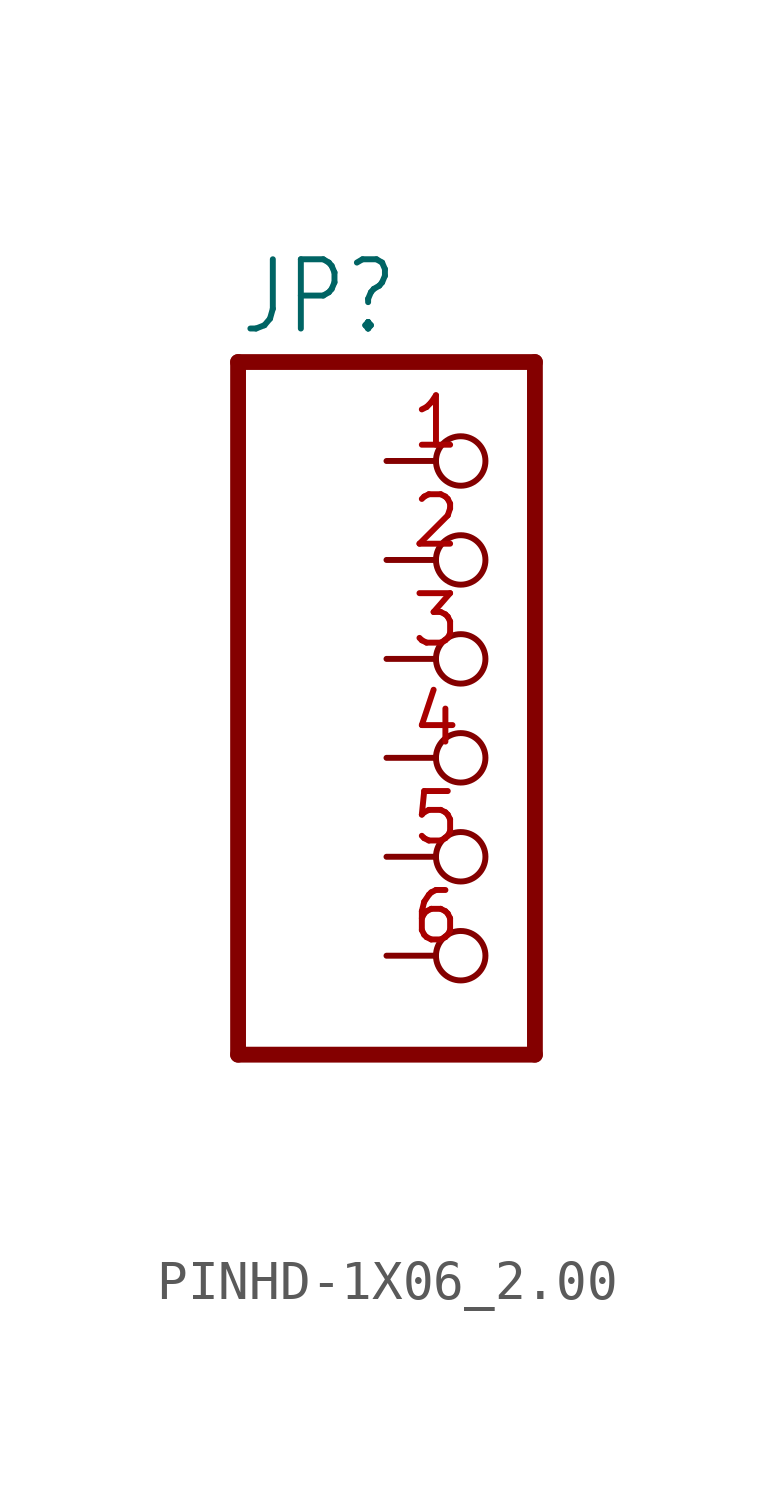
<source format=kicad_sym>
(kicad_symbol_lib
  (version 20231120)
  (generator "kicad_symbol_editor")
  (generator_version "8.0")
  (symbol "PINHD-1X06_2.00"
    (property "Reference" "JP"
      (at -6.35 10.795 0)
      (effects (font (size 1.778 1.511)) (justify left bottom)))
    (property "Value" ""
      (at -6.35 -10.16 0)
      (effects (font (size 1.778 1.511)) (justify left bottom)))
    (property "ki_locked" ""
      (at 0 0 0)
      (effects (font (size 1.27 1.27))))
    (symbol "PINHD-1X06_2.00_1_0"
      (polyline (pts (xy -6.35 -7.62) (xy 1.27 -7.62)) (stroke (width 0.406) (type solid)) (fill (type none)))
      (polyline (pts (xy -6.35 10.16) (xy -6.35 -7.62)) (stroke (width 0.406) (type solid)) (fill (type none)))
      (polyline (pts (xy 1.27 -7.62) (xy 1.27 10.16)) (stroke (width 0.406) (type solid)) (fill (type none)))
      (polyline (pts (xy 1.27 10.16) (xy -6.35 10.16)) (stroke (width 0.406) (type solid)) (fill (type none)))
      (pin passive inverted (at -2.54 7.62 0) (length 2.54) (name "1" (effects (font (size 0 0)))) (number "1" (effects (font (size 1.27 1.27)))))
      (pin passive inverted (at -2.54 5.08 0) (length 2.54) (name "2" (effects (font (size 0 0)))) (number "2" (effects (font (size 1.27 1.27)))))
      (pin passive inverted (at -2.54 2.54 0) (length 2.54) (name "3" (effects (font (size 0 0)))) (number "3" (effects (font (size 1.27 1.27)))))
      (pin passive inverted (at -2.54 0 0) (length 2.54) (name "4" (effects (font (size 0 0)))) (number "4" (effects (font (size 1.27 1.27)))))
      (pin passive inverted (at -2.54 -2.54 0) (length 2.54) (name "5" (effects (font (size 0 0)))) (number "5" (effects (font (size 1.27 1.27)))))
      (pin passive inverted (at -2.54 -5.08 0) (length 2.54) (name "6" (effects (font (size 0 0)))) (number "6" (effects (font (size 1.27 1.27))))))))
</source>
